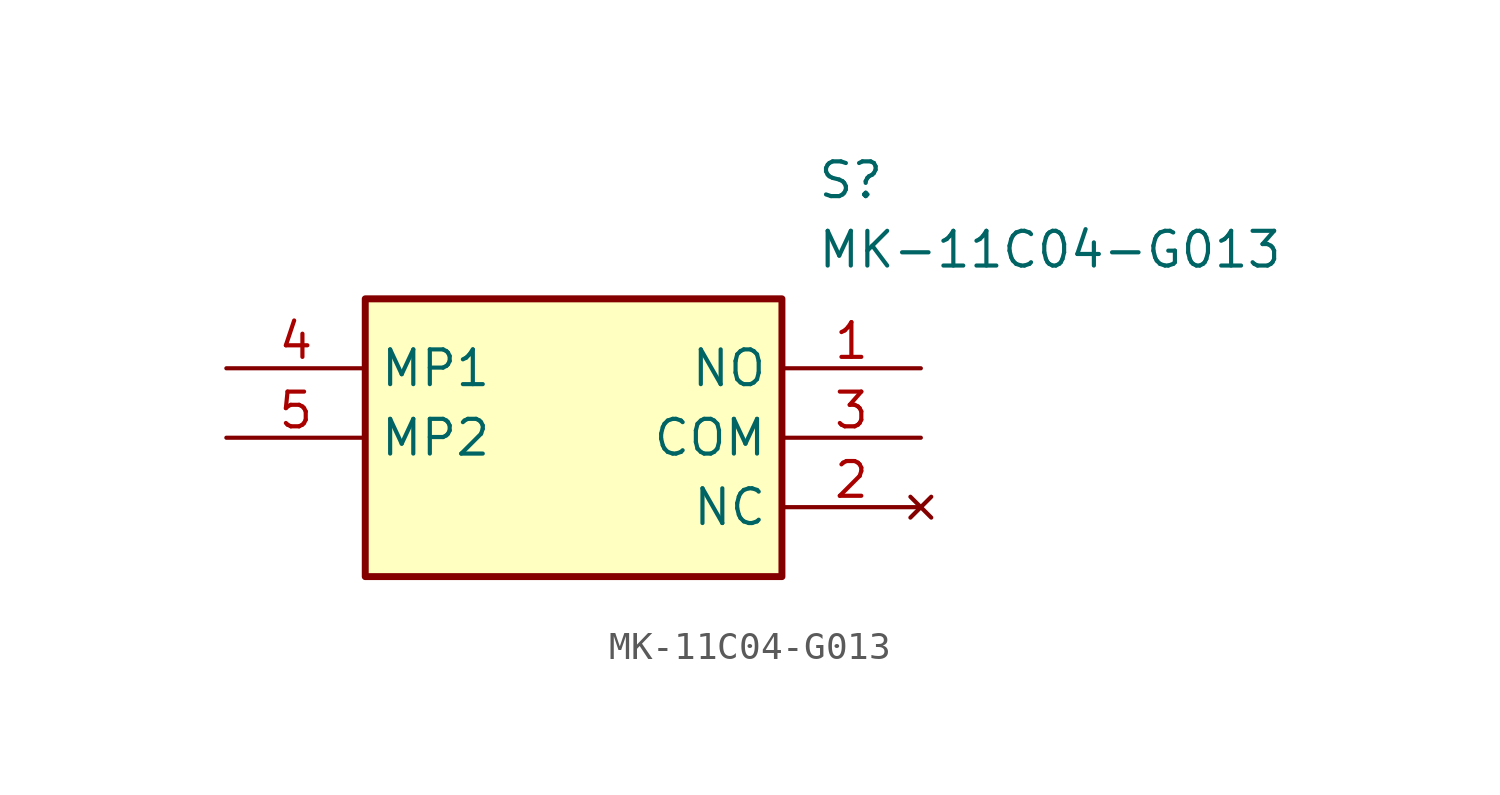
<source format=kicad_sym>
(kicad_symbol_lib
  (version 20211014)
  (generator SamacSys_ECAD_Model)
  (symbol "MK-11C04-G013"
    (property "Reference" "S"
      (at 21.59 7.62 0)
      (effects (font (size 1.27 1.27)) (justify left top)))
    (property "Value" "MK-11C04-G013"
      (at 21.59 5.08 0)
      (effects (font (size 1.27 1.27)) (justify left top)))
    (rectangle
      (start 5.08 2.54)
      (end 20.32 -7.62)
      (stroke (width 0.254) (type default))
      (fill (type background)))
    (pin passive line
      (at 25.4 0 180)
      (length 5.08)
      (name "NO" (effects (font (size 1.27 1.27))))
      (number "1" (effects (font (size 1.27 1.27)))))
    (pin no_connect line
      (at 25.4 -5.08 180)
      (length 5.08)
      (name "NC" (effects (font (size 1.27 1.27))))
      (number "2" (effects (font (size 1.27 1.27)))))
    (pin passive line
      (at 25.4 -2.54 180)
      (length 5.08)
      (name "COM" (effects (font (size 1.27 1.27))))
      (number "3" (effects (font (size 1.27 1.27)))))
    (pin passive line
      (at 0 0 0)
      (length 5.08)
      (name "MP1" (effects (font (size 1.27 1.27))))
      (number "4" (effects (font (size 1.27 1.27)))))
    (pin passive line
      (at 0 -2.54 0)
      (length 5.08)
      (name "MP2" (effects (font (size 1.27 1.27))))
      (number "5" (effects (font (size 1.27 1.27)))))))
</source>
